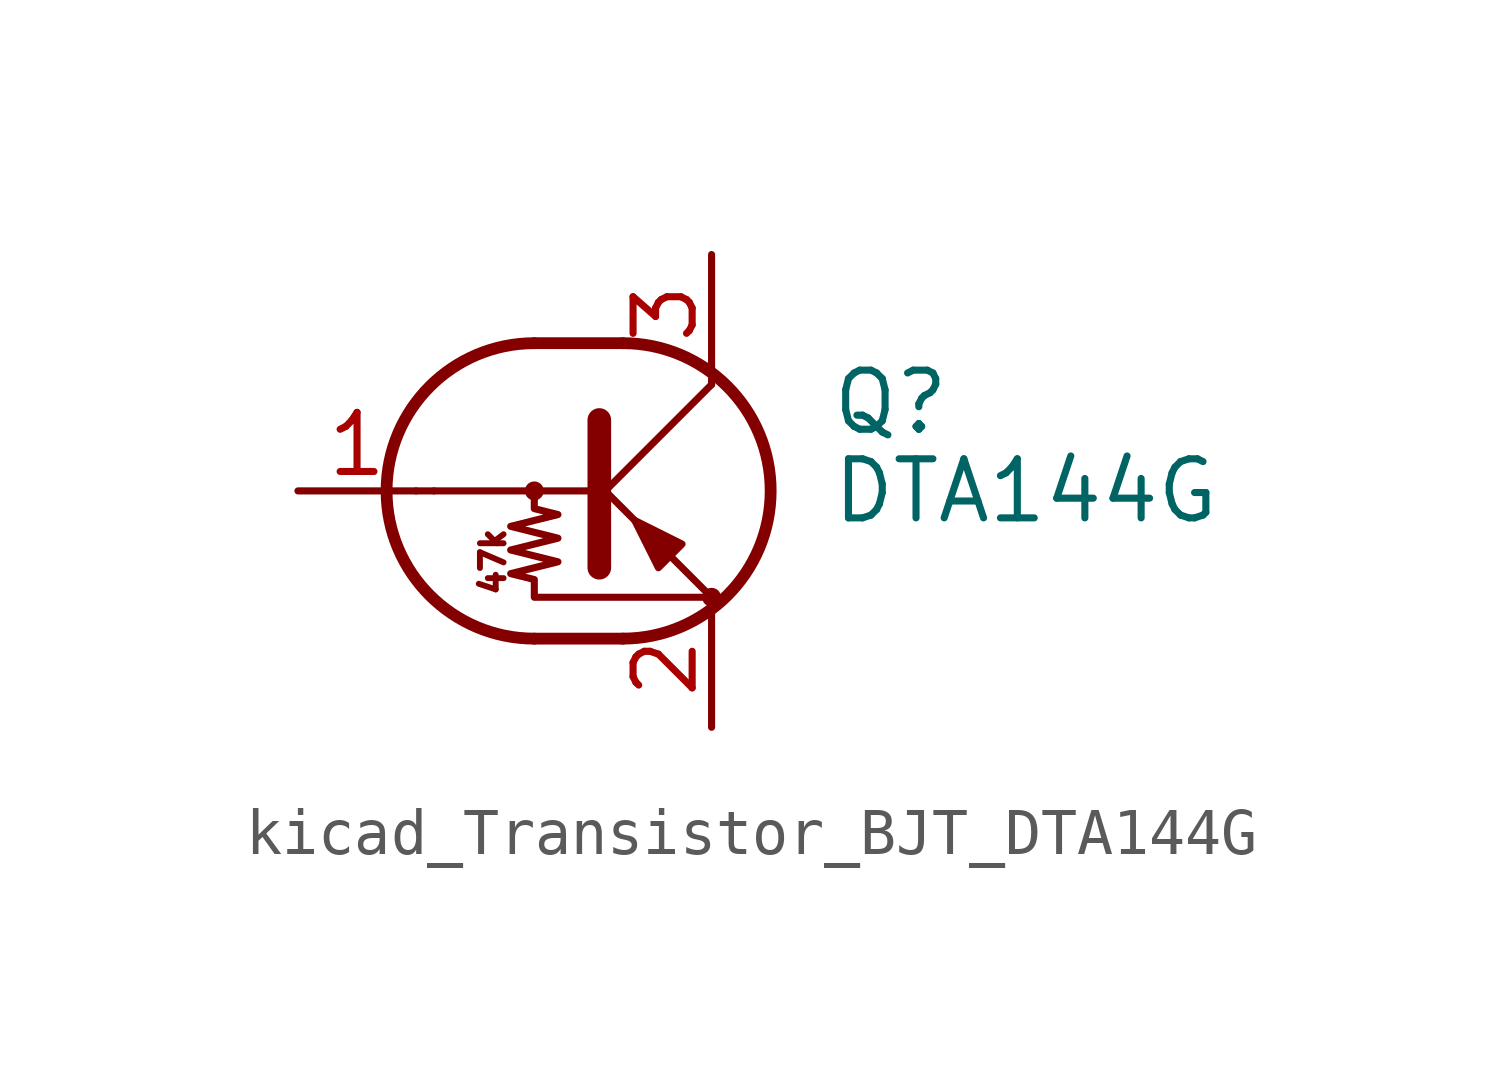
<source format=kicad_sym>
(kicad_symbol_lib
  (version 20220914)
  (generator kicad_symbol_editor)
  (symbol "kicad_Transistor_BJT_DTA144G"
    (pin_names
      (offset 0) hide)
    (property "Reference" "Q"
      (at 5.08 1.905 0)
      (effects (font (size 1.27 1.27)) (justify left)))
    (property "Value" "DTA144G"
      (at 5.08 0 0)
      (effects (font (size 1.27 1.27)) (justify left)))
    (symbol "kicad_Transistor_BJT_DTA144G_0_0"
      (polyline (pts (xy -3.429 0) (xy 0 0)) (stroke (width 0) (type default)) (fill (type none)))
      (text "47k" (at -2.159 -1.524 900) (effects (font (size 0.508 0.508)))))
    (symbol "kicad_Transistor_BJT_DTA144G_0_1"
      (circle (center -1.27 0) (radius 0.127) (stroke (width 0) (type default)) (fill (type none)))
      (arc (start -1.27 3.175) (mid -4.4312 0) (end -1.27 -3.175) (stroke (width 0.254) (type default)) (fill (type none)))
      (polyline (pts (xy -3.429 0) (xy -3.81 0)) (stroke (width 0) (type default)) (fill (type none)))
      (polyline (pts (xy -1.27 -3.175) (xy 0.635 -3.175)) (stroke (width 0.254) (type default)) (fill (type none)))
      (polyline (pts (xy -1.27 3.175) (xy 0.635 3.175)) (stroke (width 0.254) (type default)) (fill (type none)))
      (polyline (pts (xy 0 -0.254) (xy 2.54 2.286)) (stroke (width 0) (type default)) (fill (type none)))
      (polyline (pts (xy 0.127 1.524) (xy 0.127 -1.651)) (stroke (width 0.508) (type default)) (fill (type outline)))
      (polyline (pts (xy 2.54 2.286) (xy 2.54 2.54)) (stroke (width 0) (type default)) (fill (type none)))
      (polyline (pts (xy 2.54 -2.286) (xy 0 0.254) (xy 0 0.254)) (stroke (width 0) (type default)) (fill (type none)))
      (polyline (pts (xy 1.397 -1.651) (xy 1.905 -1.143) (xy 0.889 -0.635) (xy 1.397 -1.651)) (stroke (width 0) (type default)) (fill (type outline)))
      (polyline (pts (xy -1.27 0) (xy -1.27 -0.381) (xy -0.762 -0.508) (xy -1.778 -0.762) (xy -0.762 -1.016) (xy -1.778 -1.27) (xy -0.762 -1.524) (xy -1.778 -1.778) (xy -1.27 -1.905) (xy -1.27 -2.286) (xy 2.54 -2.286)) (stroke (width 0) (type default)) (fill (type none)))
      (arc (start 0.635 -3.175) (mid 3.7962 0) (end 0.635 3.175) (stroke (width 0.254) (type default)) (fill (type none)))
      (circle (center 2.54 -2.286) (radius 0.127) (stroke (width 0) (type default)) (fill (type none))))
    (symbol "kicad_Transistor_BJT_DTA144G_1_1"
      (pin input line (at -6.35 0 0) (length 2.54) (name "B" (effects (font (size 1.27 1.27)))) (number "1" (effects (font (size 1.27 1.27)))))
      (pin passive line (at 2.54 -5.08 90) (length 2.54) (name "E" (effects (font (size 1.27 1.27)))) (number "2" (effects (font (size 1.27 1.27)))))
      (pin passive line (at 2.54 5.08 270) (length 2.54) (name "C" (effects (font (size 1.27 1.27)))) (number "3" (effects (font (size 1.27 1.27))))))))
</source>
